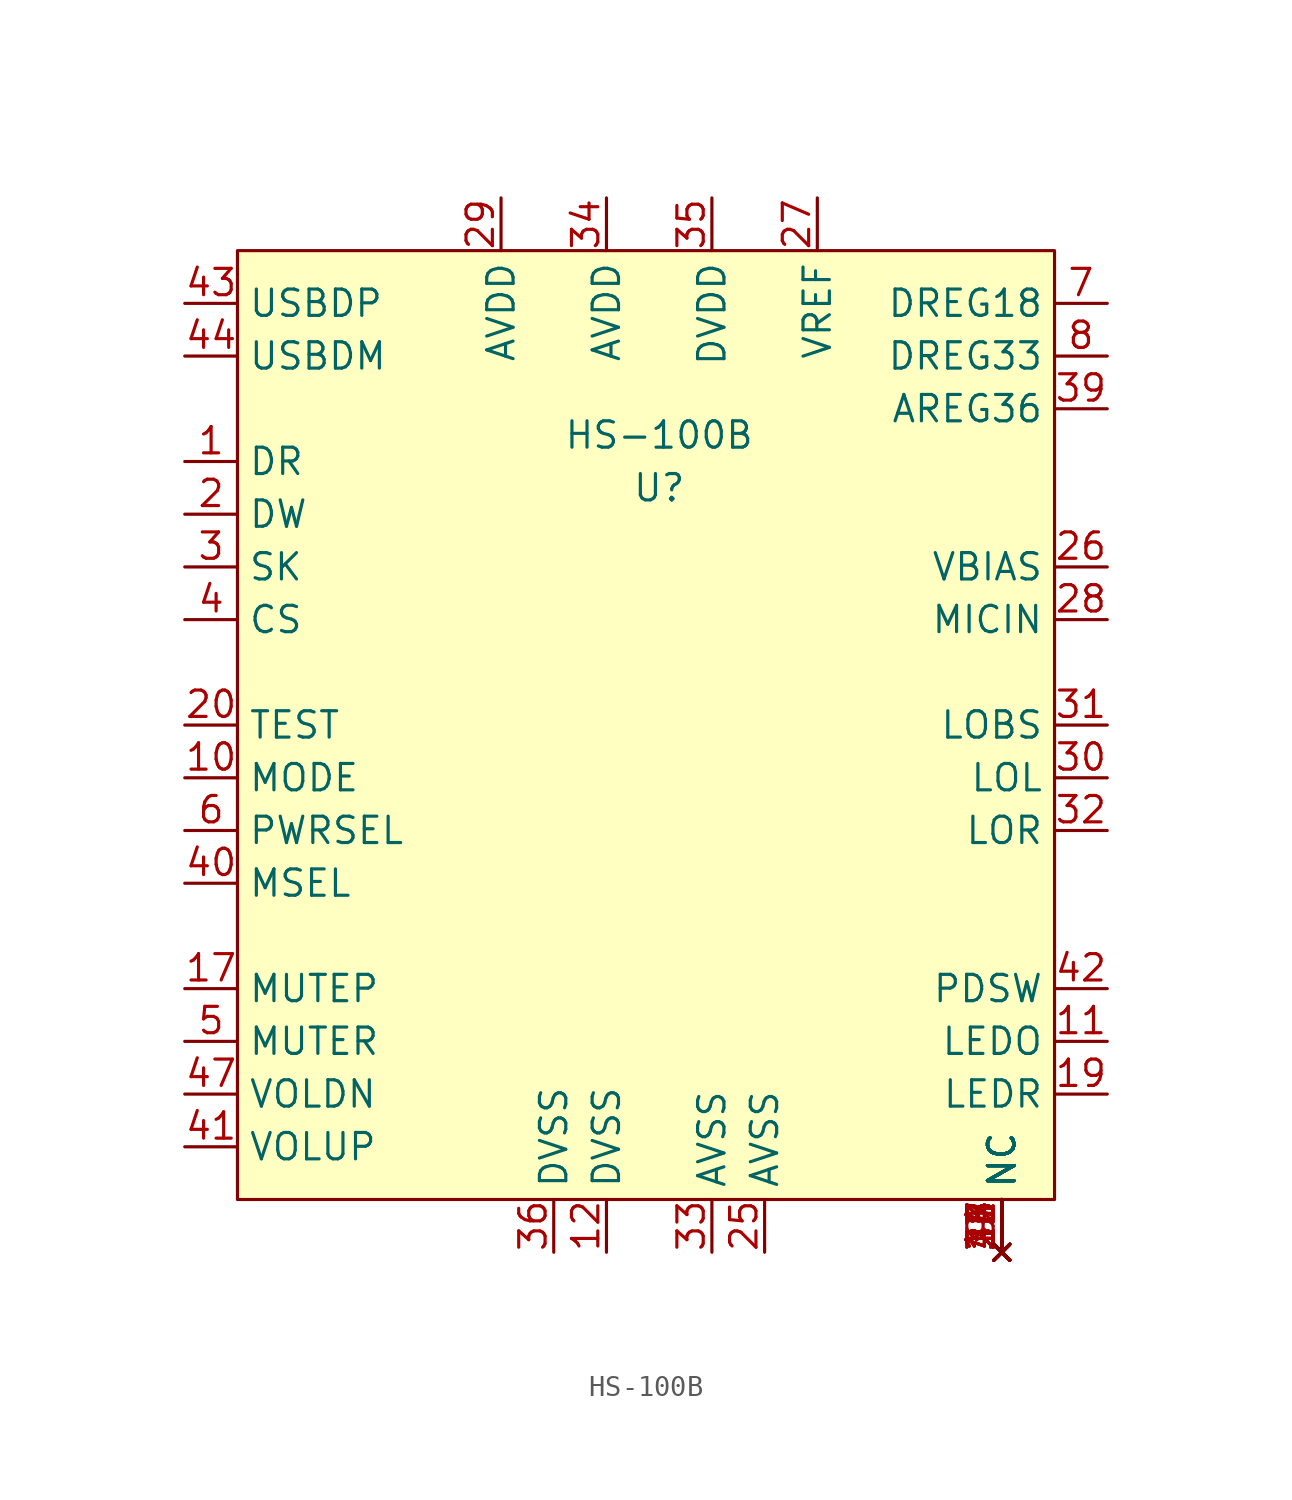
<source format=kicad_sym>
(kicad_symbol_lib
  (version 20220914)
  (generator kicad_symbol_editor)
  (symbol "HS-100B"
    (property "Reference" "U"
      (at 0 1.27 0)
      (effects (font (size 1.27 1.27))))
    (property "Value" "HS-100B"
      (at 0 3.81 0)
      (effects (font (size 1.27 1.27))))
    (symbol "HS-100B_0_0"
      (pin bidirectional line (at -22.86 2.54 0) (length 2.54) (name "DR" (effects (font (size 1.27 1.27)))) (number "1" (effects (font (size 1.27 1.27)))))
      (pin input line (at -22.86 -12.7 0) (length 2.54) (name "MODE" (effects (font (size 1.27 1.27)))) (number "10" (effects (font (size 1.27 1.27)))))
      (pin output line (at 21.59 -25.4 180) (length 2.54) (name "LEDO" (effects (font (size 1.27 1.27)))) (number "11" (effects (font (size 1.27 1.27)))))
      (pin power_in line (at -2.54 -35.56 90) (length 2.54) (name "DVSS" (effects (font (size 1.27 1.27)))) (number "12" (effects (font (size 1.27 1.27)))))
      (pin no_connect line (at 16.51 -35.56 90) (length 2.54) (name "NC" (effects (font (size 1.27 1.27)))) (number "13" (effects (font (size 1.27 1.27)))))
      (pin no_connect line (at 16.51 -35.56 90) (length 2.54) (name "NC" (effects (font (size 1.27 1.27)))) (number "14" (effects (font (size 1.27 1.27)))))
      (pin no_connect line (at 16.51 -35.56 90) (length 2.54) (name "NC" (effects (font (size 1.27 1.27)))) (number "15" (effects (font (size 1.27 1.27)))))
      (pin no_connect line (at 16.51 -35.56 90) (length 2.54) (name "NC" (effects (font (size 1.27 1.27)))) (number "16" (effects (font (size 1.27 1.27)))))
      (pin input line (at -22.86 -22.86 0) (length 2.54) (name "MUTEP" (effects (font (size 1.27 1.27)))) (number "17" (effects (font (size 1.27 1.27)))))
      (pin no_connect line (at 16.51 -35.56 90) (length 2.54) (name "NC" (effects (font (size 1.27 1.27)))) (number "18" (effects (font (size 1.27 1.27)))))
      (pin output line (at 21.59 -27.94 180) (length 2.54) (name "LEDR" (effects (font (size 1.27 1.27)))) (number "19" (effects (font (size 1.27 1.27)))))
      (pin output line (at -22.86 0 0) (length 2.54) (name "DW" (effects (font (size 1.27 1.27)))) (number "2" (effects (font (size 1.27 1.27)))))
      (pin input line (at -22.86 -10.16 0) (length 2.54) (name "TEST" (effects (font (size 1.27 1.27)))) (number "20" (effects (font (size 1.27 1.27)))))
      (pin no_connect line (at 16.51 -35.56 90) (length 2.54) (name "NC" (effects (font (size 1.27 1.27)))) (number "21" (effects (font (size 1.27 1.27)))))
      (pin no_connect line (at 16.51 -35.56 90) (length 2.54) (name "NC" (effects (font (size 1.27 1.27)))) (number "22" (effects (font (size 1.27 1.27)))))
      (pin no_connect line (at 16.51 -35.56 90) (length 2.54) (name "NC" (effects (font (size 1.27 1.27)))) (number "23" (effects (font (size 1.27 1.27)))))
      (pin no_connect line (at 16.51 -35.56 90) (length 2.54) (name "NC" (effects (font (size 1.27 1.27)))) (number "24" (effects (font (size 1.27 1.27)))))
      (pin power_in line (at 5.08 -35.56 90) (length 2.54) (name "AVSS" (effects (font (size 1.27 1.27)))) (number "25" (effects (font (size 1.27 1.27)))))
      (pin power_out line (at 21.59 -2.54 180) (length 2.54) (name "VBIAS" (effects (font (size 1.27 1.27)))) (number "26" (effects (font (size 1.27 1.27)))))
      (pin power_out line (at 7.62 15.24 270) (length 2.54) (name "VREF" (effects (font (size 1.27 1.27)))) (number "27" (effects (font (size 1.27 1.27)))))
      (pin input line (at 21.59 -5.08 180) (length 2.54) (name "MICIN" (effects (font (size 1.27 1.27)))) (number "28" (effects (font (size 1.27 1.27)))))
      (pin power_in line (at -7.62 15.24 270) (length 2.54) (name "AVDD" (effects (font (size 1.27 1.27)))) (number "29" (effects (font (size 1.27 1.27)))))
      (pin output line (at -22.86 -2.54 0) (length 2.54) (name "SK" (effects (font (size 1.27 1.27)))) (number "3" (effects (font (size 1.27 1.27)))))
      (pin output line (at 21.59 -12.7 180) (length 2.54) (name "LOL" (effects (font (size 1.27 1.27)))) (number "30" (effects (font (size 1.27 1.27)))))
      (pin output line (at 21.59 -10.16 180) (length 2.54) (name "LOBS" (effects (font (size 1.27 1.27)))) (number "31" (effects (font (size 1.27 1.27)))))
      (pin output line (at 21.59 -15.24 180) (length 2.54) (name "LOR" (effects (font (size 1.27 1.27)))) (number "32" (effects (font (size 1.27 1.27)))))
      (pin power_in line (at 2.54 -35.56 90) (length 2.54) (name "AVSS" (effects (font (size 1.27 1.27)))) (number "33" (effects (font (size 1.27 1.27)))))
      (pin power_in line (at -2.54 15.24 270) (length 2.54) (name "AVDD" (effects (font (size 1.27 1.27)))) (number "34" (effects (font (size 1.27 1.27)))))
      (pin power_in line (at 2.54 15.24 270) (length 2.54) (name "DVDD" (effects (font (size 1.27 1.27)))) (number "35" (effects (font (size 1.27 1.27)))))
      (pin power_in line (at -5.08 -35.56 90) (length 2.54) (name "DVSS" (effects (font (size 1.27 1.27)))) (number "36" (effects (font (size 1.27 1.27)))))
      (pin no_connect line (at 16.51 -35.56 90) (length 2.54) (name "NC" (effects (font (size 1.27 1.27)))) (number "37" (effects (font (size 1.27 1.27)))))
      (pin no_connect line (at 16.51 -35.56 90) (length 2.54) (name "NC" (effects (font (size 1.27 1.27)))) (number "38" (effects (font (size 1.27 1.27)))))
      (pin power_out line (at 21.59 5.08 180) (length 2.54) (name "AREG36" (effects (font (size 1.27 1.27)))) (number "39" (effects (font (size 1.27 1.27)))))
      (pin output line (at -22.86 -5.08 0) (length 2.54) (name "CS" (effects (font (size 1.27 1.27)))) (number "4" (effects (font (size 1.27 1.27)))))
      (pin input line (at -22.86 -17.78 0) (length 2.54) (name "MSEL" (effects (font (size 1.27 1.27)))) (number "40" (effects (font (size 1.27 1.27)))))
      (pin input line (at -22.86 -30.48 0) (length 2.54) (name "VOLUP" (effects (font (size 1.27 1.27)))) (number "41" (effects (font (size 1.27 1.27)))))
      (pin output line (at 21.59 -22.86 180) (length 2.54) (name "PDSW" (effects (font (size 1.27 1.27)))) (number "42" (effects (font (size 1.27 1.27)))))
      (pin bidirectional line (at -22.86 10.16 0) (length 2.54) (name "USBDP" (effects (font (size 1.27 1.27)))) (number "43" (effects (font (size 1.27 1.27)))))
      (pin bidirectional line (at -22.86 7.62 0) (length 2.54) (name "USBDM" (effects (font (size 1.27 1.27)))) (number "44" (effects (font (size 1.27 1.27)))))
      (pin no_connect line (at 16.51 -35.56 90) (length 2.54) (name "NC" (effects (font (size 1.27 1.27)))) (number "45" (effects (font (size 1.27 1.27)))))
      (pin no_connect line (at 16.51 -35.56 90) (length 2.54) (name "NC" (effects (font (size 1.27 1.27)))) (number "46" (effects (font (size 1.27 1.27)))))
      (pin input line (at -22.86 -27.94 0) (length 2.54) (name "VOLDN" (effects (font (size 1.27 1.27)))) (number "47" (effects (font (size 1.27 1.27)))))
      (pin no_connect line (at 16.51 -35.56 90) (length 2.54) (name "NC" (effects (font (size 1.27 1.27)))) (number "48" (effects (font (size 1.27 1.27)))))
      (pin input line (at -22.86 -25.4 0) (length 2.54) (name "MUTER" (effects (font (size 1.27 1.27)))) (number "5" (effects (font (size 1.27 1.27)))))
      (pin input line (at -22.86 -15.24 0) (length 2.54) (name "PWRSEL" (effects (font (size 1.27 1.27)))) (number "6" (effects (font (size 1.27 1.27)))))
      (pin power_out line (at 21.59 10.16 180) (length 2.54) (name "DREG18" (effects (font (size 1.27 1.27)))) (number "7" (effects (font (size 1.27 1.27)))))
      (pin power_out line (at 21.59 7.62 180) (length 2.54) (name "DREG33" (effects (font (size 1.27 1.27)))) (number "8" (effects (font (size 1.27 1.27)))))
      (pin no_connect line (at 16.51 -35.56 90) (length 2.54) (name "NC" (effects (font (size 1.27 1.27)))) (number "9" (effects (font (size 1.27 1.27))))))
    (symbol "HS-100B_1_1"
      (rectangle (start -20.32 12.7) (end 19.05 -33.02) (stroke (width 0) (type default)) (fill (type background))))))
</source>
